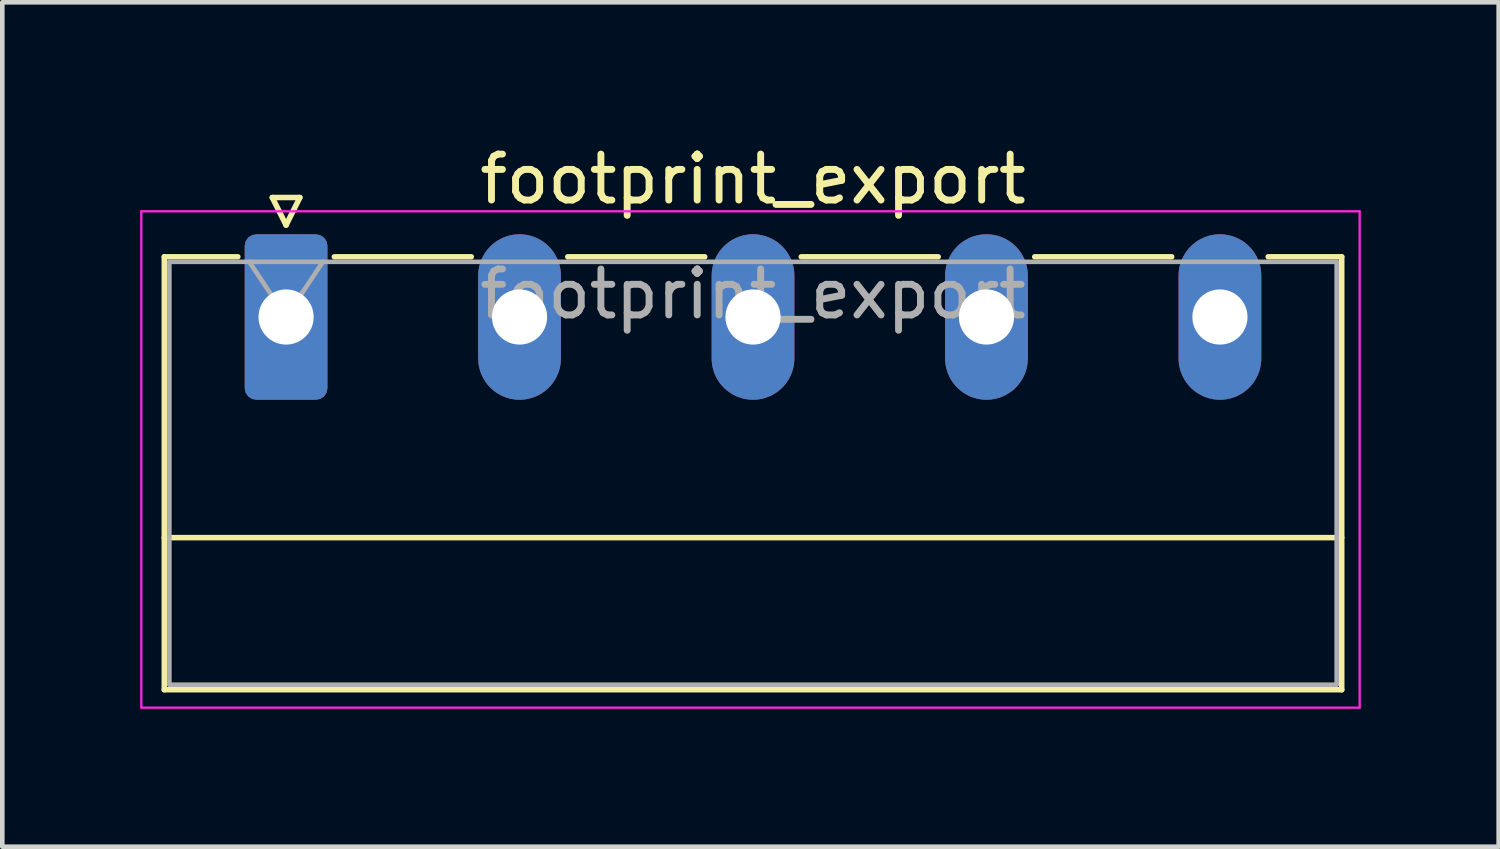
<source format=kicad_pcb>
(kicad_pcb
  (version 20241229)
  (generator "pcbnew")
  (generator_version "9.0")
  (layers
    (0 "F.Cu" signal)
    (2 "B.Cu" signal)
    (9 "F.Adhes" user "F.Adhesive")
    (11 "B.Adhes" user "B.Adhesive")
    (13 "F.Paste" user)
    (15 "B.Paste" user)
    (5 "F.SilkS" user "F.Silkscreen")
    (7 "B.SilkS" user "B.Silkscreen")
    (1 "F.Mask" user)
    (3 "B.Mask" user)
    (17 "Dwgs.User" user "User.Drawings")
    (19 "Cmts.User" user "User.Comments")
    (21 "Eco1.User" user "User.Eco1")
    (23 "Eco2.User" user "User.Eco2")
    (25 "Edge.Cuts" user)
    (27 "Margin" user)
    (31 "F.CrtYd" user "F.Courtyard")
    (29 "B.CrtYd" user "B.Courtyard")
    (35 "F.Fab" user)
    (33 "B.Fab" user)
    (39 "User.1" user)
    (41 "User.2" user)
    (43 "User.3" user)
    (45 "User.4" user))
  (footprint "footprint_export"
    (layer "F.Cu")
    (at 3.175 3.848)
    (property "Reference" "footprint_export" (at 10.16 -3 0) (layer "F.SilkS") (effects (font (size 1 1) (thickness 0.15))))
    (attr through_hole)
    (fp_line (start -2.65 -1.31) (end -2.65 8.11) (stroke (width 0.12) (type solid)) (layer "F.SilkS"))
    (fp_line (start -2.65 -1.31) (end -1.05 -1.31) (stroke (width 0.12) (type solid)) (layer "F.SilkS"))
    (fp_line (start -2.65 4.8) (end 22.97 4.8) (stroke (width 0.12) (type solid)) (layer "F.SilkS"))
    (fp_line (start -2.65 8.11) (end 22.97 8.11) (stroke (width 0.12) (type solid)) (layer "F.SilkS"))
    (fp_line (start -0.3 -2.6) (end 0.3 -2.6) (stroke (width 0.12) (type solid)) (layer "F.SilkS"))
    (fp_line (start 0 -2) (end -0.3 -2.6) (stroke (width 0.12) (type solid)) (layer "F.SilkS"))
    (fp_line (start 0.3 -2.6) (end 0 -2) (stroke (width 0.12) (type solid)) (layer "F.SilkS"))
    (fp_line (start 1.05 -1.31) (end 4.03 -1.31) (stroke (width 0.12) (type solid)) (layer "F.SilkS"))
    (fp_line (start 6.13 -1.31) (end 9.11 -1.31) (stroke (width 0.12) (type solid)) (layer "F.SilkS"))
    (fp_line (start 11.21 -1.31) (end 14.19 -1.31) (stroke (width 0.12) (type solid)) (layer "F.SilkS"))
    (fp_line (start 16.29 -1.31) (end 19.27 -1.31) (stroke (width 0.12) (type solid)) (layer "F.SilkS"))
    (fp_line (start 22.97 -1.31) (end 21.37 -1.31) (stroke (width 0.12) (type solid)) (layer "F.SilkS"))
    (fp_line (start 22.97 8.11) (end 22.97 -1.31) (stroke (width 0.12) (type solid)) (layer "F.SilkS"))
    (fp_line (start -3.15 -2.3) (end -3.15 8.5) (stroke (width 0.05) (type solid)) (layer "F.CrtYd"))
    (fp_line (start -3.15 8.5) (end 23.36 8.5) (stroke (width 0.05) (type solid)) (layer "F.CrtYd"))
    (fp_line (start 23.36 -2.3) (end -3.15 -2.3) (stroke (width 0.05) (type solid)) (layer "F.CrtYd"))
    (fp_line (start 23.36 8.5) (end 23.36 -2.3) (stroke (width 0.05) (type solid)) (layer "F.CrtYd"))
    (fp_line (start -2.54 -1.2) (end -2.54 8) (stroke (width 0.1) (type solid)) (layer "F.Fab"))
    (fp_line (start -2.54 8) (end 22.86 8) (stroke (width 0.1) (type solid)) (layer "F.Fab"))
    (fp_line (start 0 0) (end -0.8 -1.2) (stroke (width 0.1) (type solid)) (layer "F.Fab"))
    (fp_line (start 0.8 -1.2) (end 0 0) (stroke (width 0.1) (type solid)) (layer "F.Fab"))
    (fp_line (start 22.86 -1.2) (end -2.54 -1.2) (stroke (width 0.1) (type solid)) (layer "F.Fab"))
    (fp_line (start 22.86 8) (end 22.86 -1.2) (stroke (width 0.1) (type solid)) (layer "F.Fab"))
    (fp_text user "${REFERENCE}" (at 10.16 -0.5 0) (layer "F.Fab") (effects (font (size 1 1) (thickness 0.15))))
    (pad "1" thru_hole roundrect (at 0 0) (size 1.8 3.6) (drill 1.2) (layers "*.Cu" "*.Mask") (roundrect_rratio 0.139))
    (pad "2" thru_hole oval (at 5.08 0) (size 1.8 3.6) (drill 1.2) (layers "*.Cu" "*.Mask"))
    (pad "3" thru_hole oval (at 10.16 0) (size 1.8 3.6) (drill 1.2) (layers "*.Cu" "*.Mask"))
    (pad "4" thru_hole oval (at 15.24 0) (size 1.8 3.6) (drill 1.2) (layers "*.Cu" "*.Mask"))
    (pad "5" thru_hole oval (at 20.32 0) (size 1.8 3.6) (drill 1.2) (layers "*.Cu" "*.Mask")))
  (gr_rect
    (start -3 -3)
    (end 29.56 15.373)
    (stroke (width 0.1) (type default))
    (fill no)
    (layer "Edge.Cuts")))
</source>
